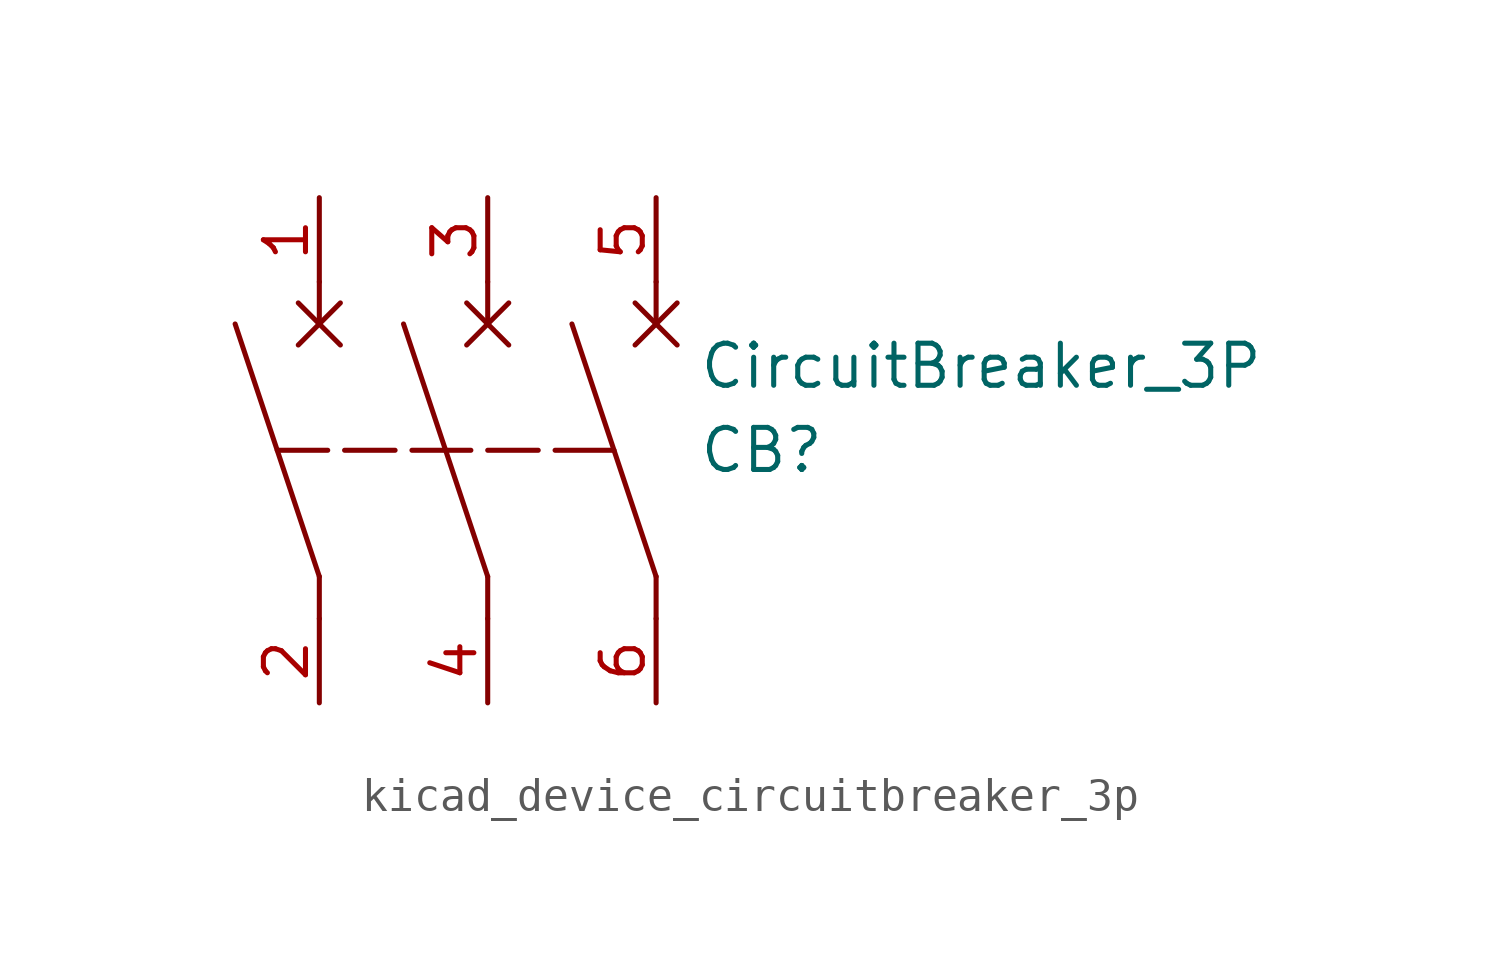
<source format=kicad_sym>
(kicad_symbol_lib
  (version 20220914)
  (generator kicad_symbol_editor)
  (symbol "kicad_device_circuitbreaker_3p"
    (property "Reference" "CB"
      (at 6.35 0 0)
      (effects (font (size 1.27 1.27)) (justify left)))
    (property "Value" "CircuitBreaker_3P"
      (at 6.35 2.54 0)
      (effects (font (size 1.27 1.27)) (justify left)))
    (symbol "kicad_device_circuitbreaker_3p_0_1"
      (polyline (pts (xy -6.35 0) (xy -4.826 0)) (stroke (width 0) (type default)) (fill (type none)))
      (polyline (pts (xy -5.715 4.445) (xy -4.445 3.175)) (stroke (width 0) (type default)) (fill (type none)))
      (polyline (pts (xy -5.08 -5.08) (xy -5.08 -3.81)) (stroke (width 0) (type default)) (fill (type none)))
      (polyline (pts (xy -5.08 -3.81) (xy -7.62 3.81)) (stroke (width 0) (type default)) (fill (type none)))
      (polyline (pts (xy -5.08 5.08) (xy -5.08 3.81)) (stroke (width 0) (type default)) (fill (type none)))
      (polyline (pts (xy -4.445 4.445) (xy -5.715 3.175)) (stroke (width 0) (type default)) (fill (type none)))
      (polyline (pts (xy -2.286 0) (xy -0.508 0)) (stroke (width 0) (type default)) (fill (type none)))
      (polyline (pts (xy 0 -5.08) (xy 0 -3.81)) (stroke (width 0) (type default)) (fill (type none)))
      (polyline (pts (xy 0 -3.81) (xy -2.54 3.81)) (stroke (width 0) (type default)) (fill (type none)))
      (polyline (pts (xy 0 0) (xy 1.524 0)) (stroke (width 0) (type default)) (fill (type none)))
      (polyline (pts (xy 0 5.08) (xy 0 3.81)) (stroke (width 0) (type default)) (fill (type none)))
      (polyline (pts (xy 0.635 4.445) (xy -0.635 3.175)) (stroke (width 0) (type default)) (fill (type none)))
      (polyline (pts (xy 2.032 0) (xy 3.81 0)) (stroke (width 0) (type default)) (fill (type none)))
      (polyline (pts (xy 4.445 4.445) (xy 5.715 3.175)) (stroke (width 0) (type default)) (fill (type none)))
      (polyline (pts (xy 5.08 -5.08) (xy 5.08 -3.81)) (stroke (width 0) (type default)) (fill (type none)))
      (polyline (pts (xy 5.08 -3.81) (xy 2.54 3.81)) (stroke (width 0) (type default)) (fill (type none)))
      (polyline (pts (xy 5.08 5.08) (xy 5.08 3.81)) (stroke (width 0) (type default)) (fill (type none)))
      (polyline (pts (xy 5.715 4.445) (xy 4.445 3.175)) (stroke (width 0) (type default)) (fill (type none)))
      (polyline (pts (xy -4.318 0) (xy -2.794 0) (xy -3.048 0)) (stroke (width 0) (type default)) (fill (type none)))
      (polyline (pts (xy -0.635 4.445) (xy 0 3.81) (xy 0.635 3.175)) (stroke (width 0) (type default)) (fill (type none))))
    (symbol "kicad_device_circuitbreaker_3p_1_1"
      (pin passive line (at -5.08 7.62 270) (length 2.54) (name "~" (effects (font (size 1.27 1.27)))) (number "1" (effects (font (size 1.27 1.27)))))
      (pin passive line (at -5.08 -7.62 90) (length 2.54) (name "~" (effects (font (size 1.27 1.27)))) (number "2" (effects (font (size 1.27 1.27)))))
      (pin passive line (at 0 7.62 270) (length 2.54) (name "~" (effects (font (size 1.27 1.27)))) (number "3" (effects (font (size 1.27 1.27)))))
      (pin passive line (at 0 -7.62 90) (length 2.54) (name "~" (effects (font (size 1.27 1.27)))) (number "4" (effects (font (size 1.27 1.27)))))
      (pin passive line (at 5.08 7.62 270) (length 2.54) (name "~" (effects (font (size 1.27 1.27)))) (number "5" (effects (font (size 1.27 1.27)))))
      (pin passive line (at 5.08 -7.62 90) (length 2.54) (name "~" (effects (font (size 1.27 1.27)))) (number "6" (effects (font (size 1.27 1.27))))))))
</source>
